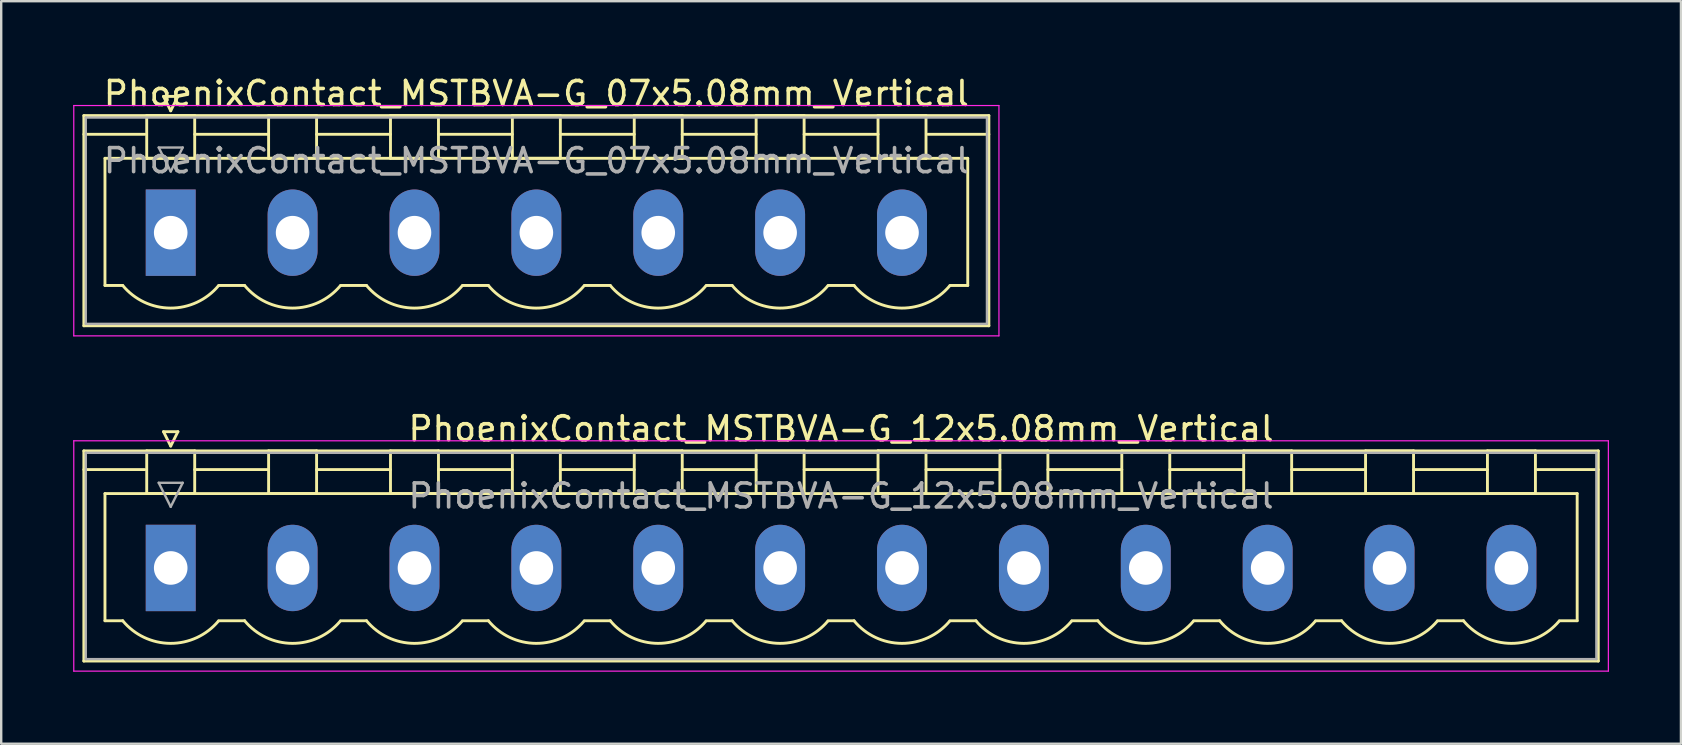
<source format=kicad_pcb>
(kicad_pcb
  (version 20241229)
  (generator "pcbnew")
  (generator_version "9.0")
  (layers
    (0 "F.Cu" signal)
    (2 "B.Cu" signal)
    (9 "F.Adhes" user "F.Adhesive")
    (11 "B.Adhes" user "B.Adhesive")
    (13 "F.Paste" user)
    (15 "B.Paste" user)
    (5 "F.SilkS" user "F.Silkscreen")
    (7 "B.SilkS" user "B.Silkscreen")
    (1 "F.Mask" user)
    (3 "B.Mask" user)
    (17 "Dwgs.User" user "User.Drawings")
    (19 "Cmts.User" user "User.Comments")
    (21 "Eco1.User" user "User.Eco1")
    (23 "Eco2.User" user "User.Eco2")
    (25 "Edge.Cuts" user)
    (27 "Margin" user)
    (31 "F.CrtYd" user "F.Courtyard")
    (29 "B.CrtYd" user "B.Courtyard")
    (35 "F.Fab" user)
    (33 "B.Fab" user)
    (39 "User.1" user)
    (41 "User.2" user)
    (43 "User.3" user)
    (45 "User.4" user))
  (footprint "PhoenixContact_MSTBVA-G_07x5.08mm_Vertical"
    (layer "F.Cu")
    (at 4.065 6.648)
    (property "Reference" "PhoenixContact_MSTBVA-G_07x5.08mm_Vertical" (at 15.24 -5.8 0) (layer "F.SilkS") (effects (font (size 1 1) (thickness 0.15))))
    (attr through_hole)
    (fp_line (start -3.62 -4.88) (end -3.62 3.88) (stroke (width 0.12) (type solid)) (layer "F.SilkS"))
    (fp_line (start -3.62 -4.1) (end -1.08 -4.1) (stroke (width 0.12) (type solid)) (layer "F.SilkS"))
    (fp_line (start -3.62 3.88) (end 34.1 3.88) (stroke (width 0.12) (type solid)) (layer "F.SilkS"))
    (fp_line (start -2.74 -3.1) (end 33.22 -3.1) (stroke (width 0.12) (type solid)) (layer "F.SilkS"))
    (fp_line (start -2.74 2.2) (end -2.74 -3.1) (stroke (width 0.12) (type solid)) (layer "F.SilkS"))
    (fp_line (start -2 2.2) (end -2.74 2.2) (stroke (width 0.12) (type solid)) (layer "F.SilkS"))
    (fp_line (start -1 -4.88) (end 1 -4.88) (stroke (width 0.12) (type solid)) (layer "F.SilkS"))
    (fp_line (start -1 -3.1) (end -1 -4.88) (stroke (width 0.12) (type solid)) (layer "F.SilkS"))
    (fp_line (start -0.3 -5.68) (end 0.3 -5.68) (stroke (width 0.12) (type solid)) (layer "F.SilkS"))
    (fp_line (start 0 -5.08) (end -0.3 -5.68) (stroke (width 0.12) (type solid)) (layer "F.SilkS"))
    (fp_line (start 0.3 -5.68) (end 0 -5.08) (stroke (width 0.12) (type solid)) (layer "F.SilkS"))
    (fp_line (start 1 -4.88) (end 1 -3.1) (stroke (width 0.12) (type solid)) (layer "F.SilkS"))
    (fp_line (start 1 -4.1) (end 4.08 -4.1) (stroke (width 0.12) (type solid)) (layer "F.SilkS"))
    (fp_line (start 1 -3.1) (end -1 -3.1) (stroke (width 0.12) (type solid)) (layer "F.SilkS"))
    (fp_line (start 2 2.2) (end 3.08 2.2) (stroke (width 0.12) (type solid)) (layer "F.SilkS"))
    (fp_line (start 4.08 -4.88) (end 6.08 -4.88) (stroke (width 0.12) (type solid)) (layer "F.SilkS"))
    (fp_line (start 4.08 -3.1) (end 4.08 -4.88) (stroke (width 0.12) (type solid)) (layer "F.SilkS"))
    (fp_line (start 6.08 -4.88) (end 6.08 -3.1) (stroke (width 0.12) (type solid)) (layer "F.SilkS"))
    (fp_line (start 6.08 -4.1) (end 9.16 -4.1) (stroke (width 0.12) (type solid)) (layer "F.SilkS"))
    (fp_line (start 6.08 -3.1) (end 4.08 -3.1) (stroke (width 0.12) (type solid)) (layer "F.SilkS"))
    (fp_line (start 7.08 2.2) (end 8.16 2.2) (stroke (width 0.12) (type solid)) (layer "F.SilkS"))
    (fp_line (start 9.16 -4.88) (end 11.16 -4.88) (stroke (width 0.12) (type solid)) (layer "F.SilkS"))
    (fp_line (start 9.16 -3.1) (end 9.16 -4.88) (stroke (width 0.12) (type solid)) (layer "F.SilkS"))
    (fp_line (start 11.16 -4.88) (end 11.16 -3.1) (stroke (width 0.12) (type solid)) (layer "F.SilkS"))
    (fp_line (start 11.16 -4.1) (end 14.24 -4.1) (stroke (width 0.12) (type solid)) (layer "F.SilkS"))
    (fp_line (start 11.16 -3.1) (end 9.16 -3.1) (stroke (width 0.12) (type solid)) (layer "F.SilkS"))
    (fp_line (start 12.16 2.2) (end 13.24 2.2) (stroke (width 0.12) (type solid)) (layer "F.SilkS"))
    (fp_line (start 14.24 -4.88) (end 16.24 -4.88) (stroke (width 0.12) (type solid)) (layer "F.SilkS"))
    (fp_line (start 14.24 -3.1) (end 14.24 -4.88) (stroke (width 0.12) (type solid)) (layer "F.SilkS"))
    (fp_line (start 16.24 -4.88) (end 16.24 -3.1) (stroke (width 0.12) (type solid)) (layer "F.SilkS"))
    (fp_line (start 16.24 -4.1) (end 19.32 -4.1) (stroke (width 0.12) (type solid)) (layer "F.SilkS"))
    (fp_line (start 16.24 -3.1) (end 14.24 -3.1) (stroke (width 0.12) (type solid)) (layer "F.SilkS"))
    (fp_line (start 17.24 2.2) (end 18.32 2.2) (stroke (width 0.12) (type solid)) (layer "F.SilkS"))
    (fp_line (start 19.32 -4.88) (end 21.32 -4.88) (stroke (width 0.12) (type solid)) (layer "F.SilkS"))
    (fp_line (start 19.32 -3.1) (end 19.32 -4.88) (stroke (width 0.12) (type solid)) (layer "F.SilkS"))
    (fp_line (start 21.32 -4.88) (end 21.32 -3.1) (stroke (width 0.12) (type solid)) (layer "F.SilkS"))
    (fp_line (start 21.32 -4.1) (end 24.4 -4.1) (stroke (width 0.12) (type solid)) (layer "F.SilkS"))
    (fp_line (start 21.32 -3.1) (end 19.32 -3.1) (stroke (width 0.12) (type solid)) (layer "F.SilkS"))
    (fp_line (start 22.32 2.2) (end 23.4 2.2) (stroke (width 0.12) (type solid)) (layer "F.SilkS"))
    (fp_line (start 24.4 -4.88) (end 26.4 -4.88) (stroke (width 0.12) (type solid)) (layer "F.SilkS"))
    (fp_line (start 24.4 -3.1) (end 24.4 -4.88) (stroke (width 0.12) (type solid)) (layer "F.SilkS"))
    (fp_line (start 26.4 -4.88) (end 26.4 -3.1) (stroke (width 0.12) (type solid)) (layer "F.SilkS"))
    (fp_line (start 26.4 -4.1) (end 29.48 -4.1) (stroke (width 0.12) (type solid)) (layer "F.SilkS"))
    (fp_line (start 26.4 -3.1) (end 24.4 -3.1) (stroke (width 0.12) (type solid)) (layer "F.SilkS"))
    (fp_line (start 27.4 2.2) (end 28.48 2.2) (stroke (width 0.12) (type solid)) (layer "F.SilkS"))
    (fp_line (start 29.48 -4.88) (end 31.48 -4.88) (stroke (width 0.12) (type solid)) (layer "F.SilkS"))
    (fp_line (start 29.48 -3.1) (end 29.48 -4.88) (stroke (width 0.12) (type solid)) (layer "F.SilkS"))
    (fp_line (start 31.48 -4.88) (end 31.48 -3.1) (stroke (width 0.12) (type solid)) (layer "F.SilkS"))
    (fp_line (start 31.48 -3.1) (end 29.48 -3.1) (stroke (width 0.12) (type solid)) (layer "F.SilkS"))
    (fp_line (start 33.22 -3.1) (end 33.22 2.2) (stroke (width 0.12) (type solid)) (layer "F.SilkS"))
    (fp_line (start 33.22 2.2) (end 32.48 2.2) (stroke (width 0.12) (type solid)) (layer "F.SilkS"))
    (fp_line (start 34.1 -4.88) (end -3.62 -4.88) (stroke (width 0.12) (type solid)) (layer "F.SilkS"))
    (fp_line (start 34.1 -4.1) (end 31.56 -4.1) (stroke (width 0.12) (type solid)) (layer "F.SilkS"))
    (fp_line (start 34.1 3.88) (end 34.1 -4.88) (stroke (width 0.12) (type solid)) (layer "F.SilkS"))
    (fp_arc (start 1.986842 2.215821) (mid -0.010289 3.142758) (end -2 2.2) (stroke (width 0.12) (type solid)) (layer "F.SilkS"))
    (fp_arc (start 7.066842 2.215821) (mid 5.069711 3.142758) (end 3.08 2.2) (stroke (width 0.12) (type solid)) (layer "F.SilkS"))
    (fp_arc (start 12.146842 2.215821) (mid 10.149711 3.142758) (end 8.16 2.2) (stroke (width 0.12) (type solid)) (layer "F.SilkS"))
    (fp_arc (start 17.226842 2.215821) (mid 15.229711 3.142758) (end 13.24 2.2) (stroke (width 0.12) (type solid)) (layer "F.SilkS"))
    (fp_arc (start 22.306842 2.215821) (mid 20.309711 3.142758) (end 18.32 2.2) (stroke (width 0.12) (type solid)) (layer "F.SilkS"))
    (fp_arc (start 27.386842 2.215821) (mid 25.389711 3.142758) (end 23.4 2.2) (stroke (width 0.12) (type solid)) (layer "F.SilkS"))
    (fp_arc (start 32.466842 2.215821) (mid 30.469711 3.142758) (end 28.48 2.2) (stroke (width 0.12) (type solid)) (layer "F.SilkS"))
    (fp_line (start -4.04 -5.3) (end -4.04 4.3) (stroke (width 0.05) (type solid)) (layer "F.CrtYd"))
    (fp_line (start -4.04 4.3) (end 34.52 4.3) (stroke (width 0.05) (type solid)) (layer "F.CrtYd"))
    (fp_line (start 34.52 -5.3) (end -4.04 -5.3) (stroke (width 0.05) (type solid)) (layer "F.CrtYd"))
    (fp_line (start 34.52 4.3) (end 34.52 -5.3) (stroke (width 0.05) (type solid)) (layer "F.CrtYd"))
    (fp_line (start -3.54 -4.8) (end -3.54 3.8) (stroke (width 0.1) (type solid)) (layer "F.Fab"))
    (fp_line (start -3.54 3.8) (end 34.02 3.8) (stroke (width 0.1) (type solid)) (layer "F.Fab"))
    (fp_line (start -0.5 -3.55) (end 0.5 -3.55) (stroke (width 0.1) (type solid)) (layer "F.Fab"))
    (fp_line (start 0 -2.55) (end -0.5 -3.55) (stroke (width 0.1) (type solid)) (layer "F.Fab"))
    (fp_line (start 0.5 -3.55) (end 0 -2.55) (stroke (width 0.1) (type solid)) (layer "F.Fab"))
    (fp_line (start 34.02 -4.8) (end -3.54 -4.8) (stroke (width 0.1) (type solid)) (layer "F.Fab"))
    (fp_line (start 34.02 3.8) (end 34.02 -4.8) (stroke (width 0.1) (type solid)) (layer "F.Fab"))
    (fp_text user "${REFERENCE}" (at 15.24 -3 0) (layer "F.Fab") (effects (font (size 1 1) (thickness 0.15))))
    (pad "1" thru_hole rect (at 0 0) (size 2.08 3.6) (drill 1.4) (layers "*.Cu" "*.Mask"))
    (pad "2" thru_hole oval (at 5.08 0) (size 2.08 3.6) (drill 1.4) (layers "*.Cu" "*.Mask"))
    (pad "3" thru_hole oval (at 10.16 0) (size 2.08 3.6) (drill 1.4) (layers "*.Cu" "*.Mask"))
    (pad "4" thru_hole oval (at 15.24 0) (size 2.08 3.6) (drill 1.4) (layers "*.Cu" "*.Mask"))
    (pad "5" thru_hole oval (at 20.32 0) (size 2.08 3.6) (drill 1.4) (layers "*.Cu" "*.Mask"))
    (pad "6" thru_hole oval (at 25.4 0) (size 2.08 3.6) (drill 1.4) (layers "*.Cu" "*.Mask"))
    (pad "7" thru_hole oval (at 30.48 0) (size 2.08 3.6) (drill 1.4) (layers "*.Cu" "*.Mask")))
  (footprint "PhoenixContact_MSTBVA-G_12x5.08mm_Vertical"
    (layer "F.Cu")
    (at 4.065 20.622)
    (property "Reference" "PhoenixContact_MSTBVA-G_12x5.08mm_Vertical" (at 27.94 -5.8 0) (layer "F.SilkS") (effects (font (size 1 1) (thickness 0.15))))
    (attr through_hole)
    (fp_line (start -3.62 -4.88) (end -3.62 3.88) (stroke (width 0.12) (type solid)) (layer "F.SilkS"))
    (fp_line (start -3.62 -4.1) (end -1.08 -4.1) (stroke (width 0.12) (type solid)) (layer "F.SilkS"))
    (fp_line (start -3.62 3.88) (end 59.5 3.88) (stroke (width 0.12) (type solid)) (layer "F.SilkS"))
    (fp_line (start -2.74 -3.1) (end 58.62 -3.1) (stroke (width 0.12) (type solid)) (layer "F.SilkS"))
    (fp_line (start -2.74 2.2) (end -2.74 -3.1) (stroke (width 0.12) (type solid)) (layer "F.SilkS"))
    (fp_line (start -2 2.2) (end -2.74 2.2) (stroke (width 0.12) (type solid)) (layer "F.SilkS"))
    (fp_line (start -1 -4.88) (end 1 -4.88) (stroke (width 0.12) (type solid)) (layer "F.SilkS"))
    (fp_line (start -1 -3.1) (end -1 -4.88) (stroke (width 0.12) (type solid)) (layer "F.SilkS"))
    (fp_line (start -0.3 -5.68) (end 0.3 -5.68) (stroke (width 0.12) (type solid)) (layer "F.SilkS"))
    (fp_line (start 0 -5.08) (end -0.3 -5.68) (stroke (width 0.12) (type solid)) (layer "F.SilkS"))
    (fp_line (start 0.3 -5.68) (end 0 -5.08) (stroke (width 0.12) (type solid)) (layer "F.SilkS"))
    (fp_line (start 1 -4.88) (end 1 -3.1) (stroke (width 0.12) (type solid)) (layer "F.SilkS"))
    (fp_line (start 1 -4.1) (end 4.08 -4.1) (stroke (width 0.12) (type solid)) (layer "F.SilkS"))
    (fp_line (start 1 -3.1) (end -1 -3.1) (stroke (width 0.12) (type solid)) (layer "F.SilkS"))
    (fp_line (start 2 2.2) (end 3.08 2.2) (stroke (width 0.12) (type solid)) (layer "F.SilkS"))
    (fp_line (start 4.08 -4.88) (end 6.08 -4.88) (stroke (width 0.12) (type solid)) (layer "F.SilkS"))
    (fp_line (start 4.08 -3.1) (end 4.08 -4.88) (stroke (width 0.12) (type solid)) (layer "F.SilkS"))
    (fp_line (start 6.08 -4.88) (end 6.08 -3.1) (stroke (width 0.12) (type solid)) (layer "F.SilkS"))
    (fp_line (start 6.08 -4.1) (end 9.16 -4.1) (stroke (width 0.12) (type solid)) (layer "F.SilkS"))
    (fp_line (start 6.08 -3.1) (end 4.08 -3.1) (stroke (width 0.12) (type solid)) (layer "F.SilkS"))
    (fp_line (start 7.08 2.2) (end 8.16 2.2) (stroke (width 0.12) (type solid)) (layer "F.SilkS"))
    (fp_line (start 9.16 -4.88) (end 11.16 -4.88) (stroke (width 0.12) (type solid)) (layer "F.SilkS"))
    (fp_line (start 9.16 -3.1) (end 9.16 -4.88) (stroke (width 0.12) (type solid)) (layer "F.SilkS"))
    (fp_line (start 11.16 -4.88) (end 11.16 -3.1) (stroke (width 0.12) (type solid)) (layer "F.SilkS"))
    (fp_line (start 11.16 -4.1) (end 14.24 -4.1) (stroke (width 0.12) (type solid)) (layer "F.SilkS"))
    (fp_line (start 11.16 -3.1) (end 9.16 -3.1) (stroke (width 0.12) (type solid)) (layer "F.SilkS"))
    (fp_line (start 12.16 2.2) (end 13.24 2.2) (stroke (width 0.12) (type solid)) (layer "F.SilkS"))
    (fp_line (start 14.24 -4.88) (end 16.24 -4.88) (stroke (width 0.12) (type solid)) (layer "F.SilkS"))
    (fp_line (start 14.24 -3.1) (end 14.24 -4.88) (stroke (width 0.12) (type solid)) (layer "F.SilkS"))
    (fp_line (start 16.24 -4.88) (end 16.24 -3.1) (stroke (width 0.12) (type solid)) (layer "F.SilkS"))
    (fp_line (start 16.24 -4.1) (end 19.32 -4.1) (stroke (width 0.12) (type solid)) (layer "F.SilkS"))
    (fp_line (start 16.24 -3.1) (end 14.24 -3.1) (stroke (width 0.12) (type solid)) (layer "F.SilkS"))
    (fp_line (start 17.24 2.2) (end 18.32 2.2) (stroke (width 0.12) (type solid)) (layer "F.SilkS"))
    (fp_line (start 19.32 -4.88) (end 21.32 -4.88) (stroke (width 0.12) (type solid)) (layer "F.SilkS"))
    (fp_line (start 19.32 -3.1) (end 19.32 -4.88) (stroke (width 0.12) (type solid)) (layer "F.SilkS"))
    (fp_line (start 21.32 -4.88) (end 21.32 -3.1) (stroke (width 0.12) (type solid)) (layer "F.SilkS"))
    (fp_line (start 21.32 -4.1) (end 24.4 -4.1) (stroke (width 0.12) (type solid)) (layer "F.SilkS"))
    (fp_line (start 21.32 -3.1) (end 19.32 -3.1) (stroke (width 0.12) (type solid)) (layer "F.SilkS"))
    (fp_line (start 22.32 2.2) (end 23.4 2.2) (stroke (width 0.12) (type solid)) (layer "F.SilkS"))
    (fp_line (start 24.4 -4.88) (end 26.4 -4.88) (stroke (width 0.12) (type solid)) (layer "F.SilkS"))
    (fp_line (start 24.4 -3.1) (end 24.4 -4.88) (stroke (width 0.12) (type solid)) (layer "F.SilkS"))
    (fp_line (start 26.4 -4.88) (end 26.4 -3.1) (stroke (width 0.12) (type solid)) (layer "F.SilkS"))
    (fp_line (start 26.4 -4.1) (end 29.48 -4.1) (stroke (width 0.12) (type solid)) (layer "F.SilkS"))
    (fp_line (start 26.4 -3.1) (end 24.4 -3.1) (stroke (width 0.12) (type solid)) (layer "F.SilkS"))
    (fp_line (start 27.4 2.2) (end 28.48 2.2) (stroke (width 0.12) (type solid)) (layer "F.SilkS"))
    (fp_line (start 29.48 -4.88) (end 31.48 -4.88) (stroke (width 0.12) (type solid)) (layer "F.SilkS"))
    (fp_line (start 29.48 -3.1) (end 29.48 -4.88) (stroke (width 0.12) (type solid)) (layer "F.SilkS"))
    (fp_line (start 31.48 -4.88) (end 31.48 -3.1) (stroke (width 0.12) (type solid)) (layer "F.SilkS"))
    (fp_line (start 31.48 -4.1) (end 34.56 -4.1) (stroke (width 0.12) (type solid)) (layer "F.SilkS"))
    (fp_line (start 31.48 -3.1) (end 29.48 -3.1) (stroke (width 0.12) (type solid)) (layer "F.SilkS"))
    (fp_line (start 32.48 2.2) (end 33.56 2.2) (stroke (width 0.12) (type solid)) (layer "F.SilkS"))
    (fp_line (start 34.56 -4.88) (end 36.56 -4.88) (stroke (width 0.12) (type solid)) (layer "F.SilkS"))
    (fp_line (start 34.56 -3.1) (end 34.56 -4.88) (stroke (width 0.12) (type solid)) (layer "F.SilkS"))
    (fp_line (start 36.56 -4.88) (end 36.56 -3.1) (stroke (width 0.12) (type solid)) (layer "F.SilkS"))
    (fp_line (start 36.56 -4.1) (end 39.64 -4.1) (stroke (width 0.12) (type solid)) (layer "F.SilkS"))
    (fp_line (start 36.56 -3.1) (end 34.56 -3.1) (stroke (width 0.12) (type solid)) (layer "F.SilkS"))
    (fp_line (start 37.56 2.2) (end 38.64 2.2) (stroke (width 0.12) (type solid)) (layer "F.SilkS"))
    (fp_line (start 39.64 -4.88) (end 41.64 -4.88) (stroke (width 0.12) (type solid)) (layer "F.SilkS"))
    (fp_line (start 39.64 -3.1) (end 39.64 -4.88) (stroke (width 0.12) (type solid)) (layer "F.SilkS"))
    (fp_line (start 41.64 -4.88) (end 41.64 -3.1) (stroke (width 0.12) (type solid)) (layer "F.SilkS"))
    (fp_line (start 41.64 -4.1) (end 44.72 -4.1) (stroke (width 0.12) (type solid)) (layer "F.SilkS"))
    (fp_line (start 41.64 -3.1) (end 39.64 -3.1) (stroke (width 0.12) (type solid)) (layer "F.SilkS"))
    (fp_line (start 42.64 2.2) (end 43.72 2.2) (stroke (width 0.12) (type solid)) (layer "F.SilkS"))
    (fp_line (start 44.72 -4.88) (end 46.72 -4.88) (stroke (width 0.12) (type solid)) (layer "F.SilkS"))
    (fp_line (start 44.72 -3.1) (end 44.72 -4.88) (stroke (width 0.12) (type solid)) (layer "F.SilkS"))
    (fp_line (start 46.72 -4.88) (end 46.72 -3.1) (stroke (width 0.12) (type solid)) (layer "F.SilkS"))
    (fp_line (start 46.72 -4.1) (end 49.8 -4.1) (stroke (width 0.12) (type solid)) (layer "F.SilkS"))
    (fp_line (start 46.72 -3.1) (end 44.72 -3.1) (stroke (width 0.12) (type solid)) (layer "F.SilkS"))
    (fp_line (start 47.72 2.2) (end 48.8 2.2) (stroke (width 0.12) (type solid)) (layer "F.SilkS"))
    (fp_line (start 49.8 -4.88) (end 51.8 -4.88) (stroke (width 0.12) (type solid)) (layer "F.SilkS"))
    (fp_line (start 49.8 -3.1) (end 49.8 -4.88) (stroke (width 0.12) (type solid)) (layer "F.SilkS"))
    (fp_line (start 51.8 -4.88) (end 51.8 -3.1) (stroke (width 0.12) (type solid)) (layer "F.SilkS"))
    (fp_line (start 51.8 -4.1) (end 54.88 -4.1) (stroke (width 0.12) (type solid)) (layer "F.SilkS"))
    (fp_line (start 51.8 -3.1) (end 49.8 -3.1) (stroke (width 0.12) (type solid)) (layer "F.SilkS"))
    (fp_line (start 52.8 2.2) (end 53.88 2.2) (stroke (width 0.12) (type solid)) (layer "F.SilkS"))
    (fp_line (start 54.88 -4.88) (end 56.88 -4.88) (stroke (width 0.12) (type solid)) (layer "F.SilkS"))
    (fp_line (start 54.88 -3.1) (end 54.88 -4.88) (stroke (width 0.12) (type solid)) (layer "F.SilkS"))
    (fp_line (start 56.88 -4.88) (end 56.88 -3.1) (stroke (width 0.12) (type solid)) (layer "F.SilkS"))
    (fp_line (start 56.88 -3.1) (end 54.88 -3.1) (stroke (width 0.12) (type solid)) (layer "F.SilkS"))
    (fp_line (start 58.62 -3.1) (end 58.62 2.2) (stroke (width 0.12) (type solid)) (layer "F.SilkS"))
    (fp_line (start 58.62 2.2) (end 57.88 2.2) (stroke (width 0.12) (type solid)) (layer "F.SilkS"))
    (fp_line (start 59.5 -4.88) (end -3.62 -4.88) (stroke (width 0.12) (type solid)) (layer "F.SilkS"))
    (fp_line (start 59.5 -4.1) (end 56.96 -4.1) (stroke (width 0.12) (type solid)) (layer "F.SilkS"))
    (fp_line (start 59.5 3.88) (end 59.5 -4.88) (stroke (width 0.12) (type solid)) (layer "F.SilkS"))
    (fp_arc (start 1.986842 2.215821) (mid -0.010289 3.142758) (end -2 2.2) (stroke (width 0.12) (type solid)) (layer "F.SilkS"))
    (fp_arc (start 7.066842 2.215821) (mid 5.069711 3.142758) (end 3.08 2.2) (stroke (width 0.12) (type solid)) (layer "F.SilkS"))
    (fp_arc (start 12.146842 2.215821) (mid 10.149711 3.142758) (end 8.16 2.2) (stroke (width 0.12) (type solid)) (layer "F.SilkS"))
    (fp_arc (start 17.226842 2.215821) (mid 15.229711 3.142758) (end 13.24 2.2) (stroke (width 0.12) (type solid)) (layer "F.SilkS"))
    (fp_arc (start 22.306842 2.215821) (mid 20.309711 3.142758) (end 18.32 2.2) (stroke (width 0.12) (type solid)) (layer "F.SilkS"))
    (fp_arc (start 27.386842 2.215821) (mid 25.389711 3.142758) (end 23.4 2.2) (stroke (width 0.12) (type solid)) (layer "F.SilkS"))
    (fp_arc (start 32.466842 2.215821) (mid 30.469711 3.142758) (end 28.48 2.2) (stroke (width 0.12) (type solid)) (layer "F.SilkS"))
    (fp_arc (start 37.546842 2.215821) (mid 35.549711 3.142758) (end 33.56 2.2) (stroke (width 0.12) (type solid)) (layer "F.SilkS"))
    (fp_arc (start 42.626842 2.215821) (mid 40.629711 3.142758) (end 38.64 2.2) (stroke (width 0.12) (type solid)) (layer "F.SilkS"))
    (fp_arc (start 47.706842 2.215821) (mid 45.709711 3.142758) (end 43.72 2.2) (stroke (width 0.12) (type solid)) (layer "F.SilkS"))
    (fp_arc (start 52.786842 2.215821) (mid 50.789711 3.142758) (end 48.8 2.2) (stroke (width 0.12) (type solid)) (layer "F.SilkS"))
    (fp_arc (start 57.866842 2.215821) (mid 55.869711 3.142758) (end 53.88 2.2) (stroke (width 0.12) (type solid)) (layer "F.SilkS"))
    (fp_line (start -4.04 -5.3) (end -4.04 4.3) (stroke (width 0.05) (type solid)) (layer "F.CrtYd"))
    (fp_line (start -4.04 4.3) (end 59.92 4.3) (stroke (width 0.05) (type solid)) (layer "F.CrtYd"))
    (fp_line (start 59.92 -5.3) (end -4.04 -5.3) (stroke (width 0.05) (type solid)) (layer "F.CrtYd"))
    (fp_line (start 59.92 4.3) (end 59.92 -5.3) (stroke (width 0.05) (type solid)) (layer "F.CrtYd"))
    (fp_line (start -3.54 -4.8) (end -3.54 3.8) (stroke (width 0.1) (type solid)) (layer "F.Fab"))
    (fp_line (start -3.54 3.8) (end 59.42 3.8) (stroke (width 0.1) (type solid)) (layer "F.Fab"))
    (fp_line (start -0.5 -3.55) (end 0.5 -3.55) (stroke (width 0.1) (type solid)) (layer "F.Fab"))
    (fp_line (start 0 -2.55) (end -0.5 -3.55) (stroke (width 0.1) (type solid)) (layer "F.Fab"))
    (fp_line (start 0.5 -3.55) (end 0 -2.55) (stroke (width 0.1) (type solid)) (layer "F.Fab"))
    (fp_line (start 59.42 -4.8) (end -3.54 -4.8) (stroke (width 0.1) (type solid)) (layer "F.Fab"))
    (fp_line (start 59.42 3.8) (end 59.42 -4.8) (stroke (width 0.1) (type solid)) (layer "F.Fab"))
    (fp_text user "${REFERENCE}" (at 27.94 -3 0) (layer "F.Fab") (effects (font (size 1 1) (thickness 0.15))))
    (pad "1" thru_hole rect (at 0 0) (size 2.08 3.6) (drill 1.4) (layers "*.Cu" "*.Mask"))
    (pad "2" thru_hole oval (at 5.08 0) (size 2.08 3.6) (drill 1.4) (layers "*.Cu" "*.Mask"))
    (pad "3" thru_hole oval (at 10.16 0) (size 2.08 3.6) (drill 1.4) (layers "*.Cu" "*.Mask"))
    (pad "4" thru_hole oval (at 15.24 0) (size 2.08 3.6) (drill 1.4) (layers "*.Cu" "*.Mask"))
    (pad "5" thru_hole oval (at 20.32 0) (size 2.08 3.6) (drill 1.4) (layers "*.Cu" "*.Mask"))
    (pad "6" thru_hole oval (at 25.4 0) (size 2.08 3.6) (drill 1.4) (layers "*.Cu" "*.Mask"))
    (pad "7" thru_hole oval (at 30.48 0) (size 2.08 3.6) (drill 1.4) (layers "*.Cu" "*.Mask"))
    (pad "8" thru_hole oval (at 35.56 0) (size 2.08 3.6) (drill 1.4) (layers "*.Cu" "*.Mask"))
    (pad "9" thru_hole oval (at 40.64 0) (size 2.08 3.6) (drill 1.4) (layers "*.Cu" "*.Mask"))
    (pad "10" thru_hole oval (at 45.72 0) (size 2.08 3.6) (drill 1.4) (layers "*.Cu" "*.Mask"))
    (pad "11" thru_hole oval (at 50.8 0) (size 2.08 3.6) (drill 1.4) (layers "*.Cu" "*.Mask"))
    (pad "12" thru_hole oval (at 55.88 0) (size 2.08 3.6) (drill 1.4) (layers "*.Cu" "*.Mask")))
  (gr_rect
    (start -3 -3)
    (end 67.01 27.947)
    (stroke (width 0.1) (type default))
    (fill no)
    (layer "Edge.Cuts")))
</source>
